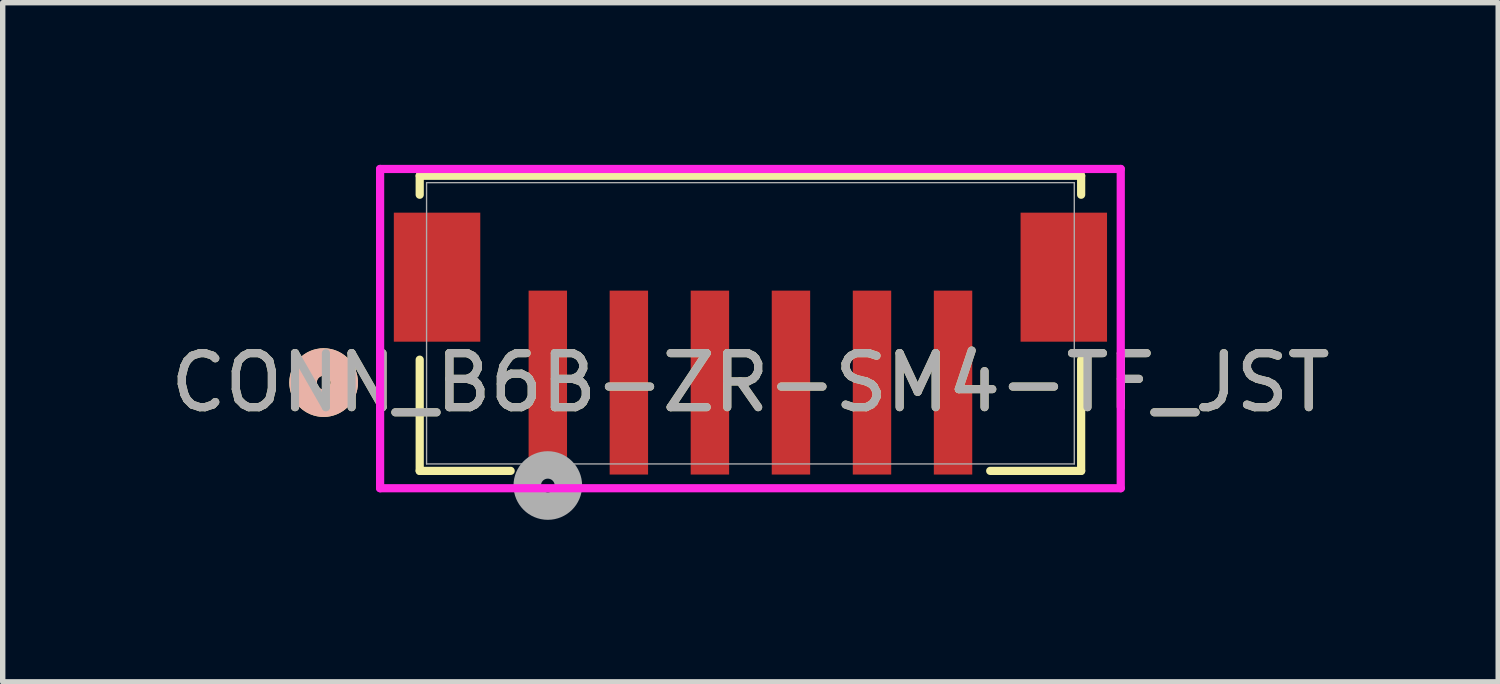
<source format=kicad_pcb>
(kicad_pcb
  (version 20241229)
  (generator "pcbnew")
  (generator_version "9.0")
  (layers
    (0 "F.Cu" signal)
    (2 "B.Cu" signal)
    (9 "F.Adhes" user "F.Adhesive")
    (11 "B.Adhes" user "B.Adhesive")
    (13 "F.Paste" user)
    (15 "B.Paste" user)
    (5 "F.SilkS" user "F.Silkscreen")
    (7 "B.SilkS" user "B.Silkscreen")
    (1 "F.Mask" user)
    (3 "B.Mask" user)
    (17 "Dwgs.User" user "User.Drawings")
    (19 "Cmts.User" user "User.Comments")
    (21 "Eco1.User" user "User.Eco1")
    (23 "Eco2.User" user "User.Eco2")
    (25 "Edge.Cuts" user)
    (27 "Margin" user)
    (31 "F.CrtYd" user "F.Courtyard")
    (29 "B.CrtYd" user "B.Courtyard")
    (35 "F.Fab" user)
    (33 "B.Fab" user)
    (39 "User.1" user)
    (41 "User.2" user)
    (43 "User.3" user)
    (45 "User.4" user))
  (footprint "CONN_B6B-ZR-SM4-TF_JST"
    (layer "F.Cu")
    (at 10.839 2.934)
    (property "Reference" "CONN_B6B-ZR-SM4-TF_JST" (at 0 1.097 0) (unlocked yes) (layer "F.SilkS") (effects (font (size 1 1) (thickness 0.15))))
    (attr smd)
    (fp_line (start -6.121 -2.731) (end -6.121 -2.38) (stroke (width 0.152) (type solid)) (layer "F.SilkS"))
    (fp_line (start -6.121 0.673) (end -6.121 2.731) (stroke (width 0.152) (type solid)) (layer "F.SilkS"))
    (fp_line (start -6.121 2.731) (end -4.438 2.731) (stroke (width 0.152) (type solid)) (layer "F.SilkS"))
    (fp_line (start 4.438 2.731) (end 6.121 2.731) (stroke (width 0.152) (type solid)) (layer "F.SilkS"))
    (fp_line (start 6.121 -2.731) (end -6.121 -2.731) (stroke (width 0.152) (type solid)) (layer "F.SilkS"))
    (fp_line (start 6.121 -2.38) (end 6.121 -2.731) (stroke (width 0.152) (type solid)) (layer "F.SilkS"))
    (fp_line (start 6.121 2.731) (end 6.121 0.673) (stroke (width 0.152) (type solid)) (layer "F.SilkS"))
    (fp_circle (center -7.899 1.097) (end -7.518 1.097) (stroke (width 0.508) (type solid)) (fill no) (layer "F.SilkS"))
    (fp_circle (center -7.899 1.097) (end -7.518 1.097) (stroke (width 0.508) (type solid)) (fill no) (layer "B.SilkS"))
    (fp_line (start -6.854 -2.857) (end -6.854 3.052) (stroke (width 0.152) (type solid)) (layer "F.CrtYd"))
    (fp_line (start -6.854 3.052) (end 6.854 3.052) (stroke (width 0.152) (type solid)) (layer "F.CrtYd"))
    (fp_line (start 6.854 -2.857) (end -6.854 -2.857) (stroke (width 0.152) (type solid)) (layer "F.CrtYd"))
    (fp_line (start 6.854 3.052) (end 6.854 -2.857) (stroke (width 0.152) (type solid)) (layer "F.CrtYd"))
    (fp_line (start -5.994 -2.603) (end -5.994 2.603) (stroke (width 0.025) (type solid)) (layer "F.Fab"))
    (fp_line (start -5.994 2.603) (end 5.994 2.603) (stroke (width 0.025) (type solid)) (layer "F.Fab"))
    (fp_line (start 5.994 -2.603) (end -5.994 -2.603) (stroke (width 0.025) (type solid)) (layer "F.Fab"))
    (fp_line (start 5.994 2.603) (end 5.994 -2.603) (stroke (width 0.025) (type solid)) (layer "F.Fab"))
    (fp_circle (center -3.75 3.002) (end -3.369 3.002) (stroke (width 0.508) (type solid)) (fill no) (layer "F.Fab"))
    (fp_text user "${REFERENCE}" (at 0 1.097 0) (unlocked yes) (layer "F.Fab") (effects (font (size 1 1) (thickness 0.15))))
    (pad "1" smd rect (at -3.75 1.097) (size 0.711 3.404) (layers "F.Cu" "F.Mask" "F.Paste"))
    (pad "2" smd rect (at -2.25 1.097) (size 0.711 3.404) (layers "F.Cu" "F.Mask" "F.Paste"))
    (pad "3" smd rect (at -0.75 1.097) (size 0.711 3.404) (layers "F.Cu" "F.Mask" "F.Paste"))
    (pad "4" smd rect (at 0.75 1.097) (size 0.711 3.404) (layers "F.Cu" "F.Mask" "F.Paste"))
    (pad "5" smd rect (at 2.25 1.097) (size 0.711 3.404) (layers "F.Cu" "F.Mask" "F.Paste"))
    (pad "6" smd rect (at 3.75 1.097) (size 0.711 3.404) (layers "F.Cu" "F.Mask" "F.Paste"))
    (pad "S1" smd rect (at -5.8 -0.854) (size 1.6 2.388) (layers "F.Cu" "F.Mask" "F.Paste"))
    (pad "S2" smd rect (at 5.8 -0.854) (size 1.6 2.388) (layers "F.Cu" "F.Mask" "F.Paste")))
  (gr_rect
    (start -3 -3)
    (end 24.679 9.57)
    (stroke (width 0.1) (type default))
    (fill no)
    (layer "Edge.Cuts")))
</source>
